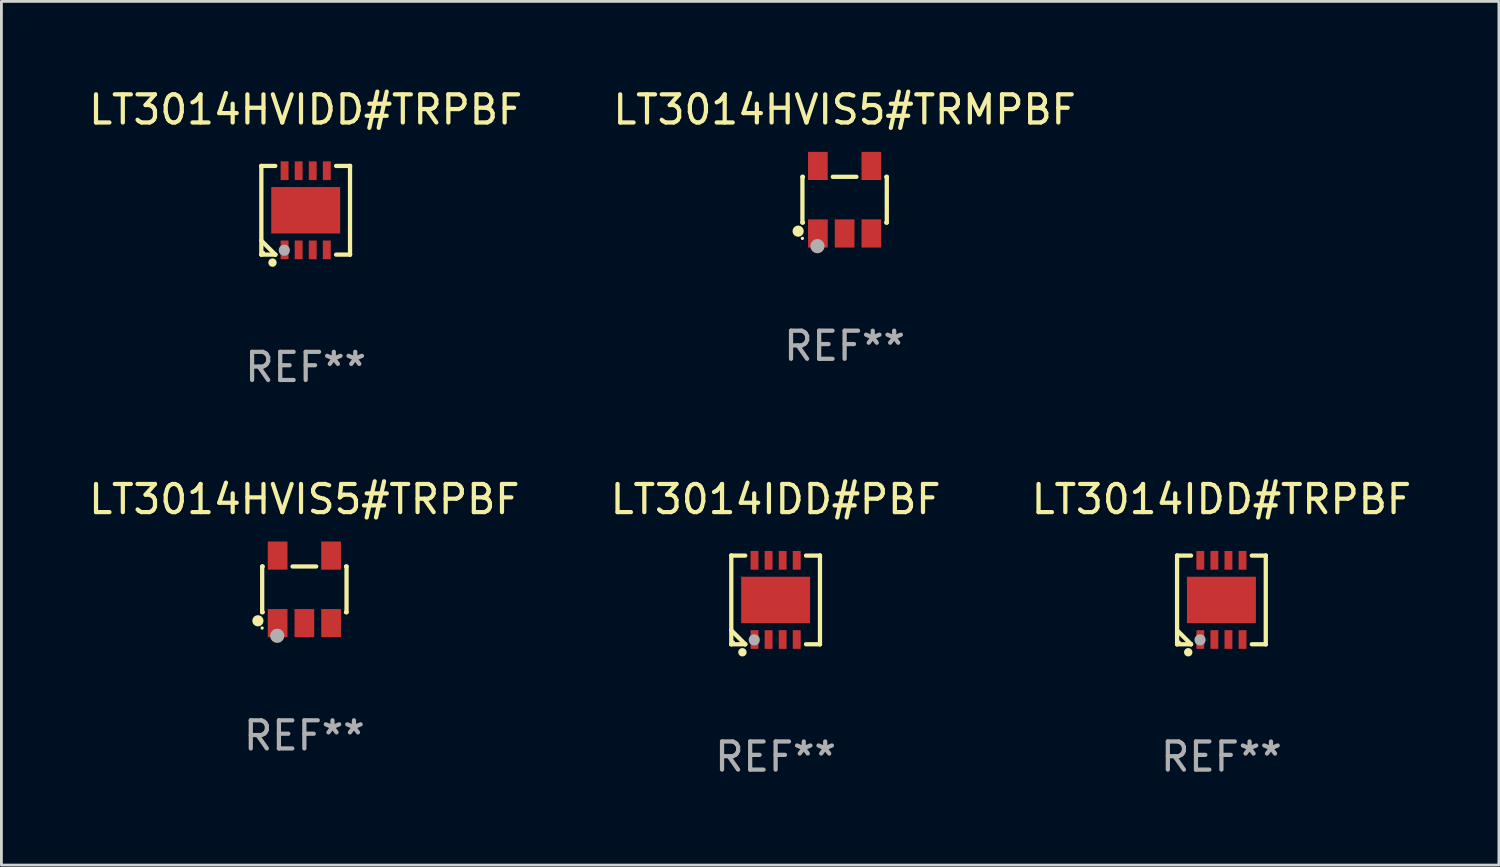
<source format=kicad_pcb>
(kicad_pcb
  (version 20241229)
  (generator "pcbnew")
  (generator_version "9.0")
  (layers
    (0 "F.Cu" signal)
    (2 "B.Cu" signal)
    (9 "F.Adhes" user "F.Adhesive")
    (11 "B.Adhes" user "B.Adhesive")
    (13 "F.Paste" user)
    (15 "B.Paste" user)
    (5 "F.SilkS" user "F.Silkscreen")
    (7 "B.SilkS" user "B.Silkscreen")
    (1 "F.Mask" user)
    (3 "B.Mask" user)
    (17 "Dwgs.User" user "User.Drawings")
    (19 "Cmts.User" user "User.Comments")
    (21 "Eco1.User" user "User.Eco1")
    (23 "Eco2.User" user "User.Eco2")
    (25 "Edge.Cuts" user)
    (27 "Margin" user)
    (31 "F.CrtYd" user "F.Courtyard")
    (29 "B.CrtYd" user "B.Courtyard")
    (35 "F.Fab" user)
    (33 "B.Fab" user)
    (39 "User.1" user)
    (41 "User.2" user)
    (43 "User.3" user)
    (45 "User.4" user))
  (footprint "LT3014HVIS5#TRMPBF"
    (layer "F.Cu")
    (at 26.97 4.048)
    (property "Reference" "LT3014HVIS5#TRMPBF" (at 0 -3.2 0) (layer "F.SilkS") (effects (font (size 1 1) (thickness 0.15))))
    (attr through_hole)
    (fp_line (start -1.499 -0.813) (end -1.48 -0.813) (stroke (width 0.152) (type solid)) (layer "F.SilkS"))
    (fp_line (start -1.499 0.813) (end -1.499 -0.813) (stroke (width 0.152) (type solid)) (layer "F.SilkS"))
    (fp_line (start -1.48 0.813) (end -1.499 0.813) (stroke (width 0.152) (type solid)) (layer "F.SilkS"))
    (fp_line (start -0.42 -0.813) (end 0.42 -0.813) (stroke (width 0.152) (type solid)) (layer "F.SilkS"))
    (fp_line (start 1.48 -0.813) (end 1.499 -0.813) (stroke (width 0.152) (type solid)) (layer "F.SilkS"))
    (fp_line (start 1.499 -0.813) (end 1.499 0.813) (stroke (width 0.152) (type solid)) (layer "F.SilkS"))
    (fp_line (start 1.499 0.813) (end 1.48 0.813) (stroke (width 0.152) (type solid)) (layer "F.SilkS"))
    (fp_circle (center -1.651 1.118) (end -1.551 1.118) (stroke (width 0.2) (type solid)) (fill no) (layer "F.SilkS"))
    (fp_circle (center -1.5 1.375) (end -1.47 1.375) (stroke (width 0.06) (type solid)) (fill no) (layer "F.SilkS"))
    (fp_circle (center -0.965 1.651) (end -0.838 1.651) (stroke (width 0.254) (type solid)) (fill no) (layer "F.Fab"))
    (fp_text user "REF**" (at 0 5.2 0) (layer "F.Fab") (effects (font (size 1 1) (thickness 0.15))))
    (pad "1" smd rect (at -0.95 1.2) (size 0.7 1) (layers "F.Cu" "F.Mask" "F.Paste"))
    (pad "2" smd rect (at 0 1.2) (size 0.7 1) (layers "F.Cu" "F.Mask" "F.Paste"))
    (pad "3" smd rect (at 0.95 1.2) (size 0.7 1) (layers "F.Cu" "F.Mask" "F.Paste"))
    (pad "4" smd rect (at 0.95 -1.2) (size 0.7 1) (layers "F.Cu" "F.Mask" "F.Paste"))
    (pad "5" smd rect (at -0.95 -1.2) (size 0.7 1) (layers "F.Cu" "F.Mask" "F.Paste")))
  (footprint "LT3014IDD#TRPBF"
    (layer "F.Cu")
    (at 40.363 18.273)
    (property "Reference" "LT3014IDD#TRPBF" (at 0 -3.576 0) (layer "F.SilkS") (effects (font (size 1 1) (thickness 0.15))))
    (attr through_hole)
    (fp_line (start -1.576 -1.576) (end -1.576 -1.576) (stroke (width 0.152) (type solid)) (layer "F.SilkS"))
    (fp_line (start -1.576 -1.576) (end -1.08 -1.576) (stroke (width 0.152) (type solid)) (layer "F.SilkS"))
    (fp_line (start -1.576 1.576) (end -1.576 -1.576) (stroke (width 0.152) (type solid)) (layer "F.SilkS"))
    (fp_line (start -1.576 1.576) (end -1.576 1.576) (stroke (width 0.152) (type solid)) (layer "F.SilkS"))
    (fp_line (start -1.08 1.575) (end -1.576 1.079) (stroke (width 0.152) (type solid)) (layer "F.SilkS"))
    (fp_line (start -1.08 1.576) (end -1.576 1.576) (stroke (width 0.152) (type solid)) (layer "F.SilkS"))
    (fp_line (start -1.08 1.576) (end -1.08 1.575) (stroke (width 0.152) (type solid)) (layer "F.SilkS"))
    (fp_line (start 1.08 1.576) (end 1.576 1.576) (stroke (width 0.152) (type solid)) (layer "F.SilkS"))
    (fp_line (start 1.576 -1.576) (end 1.08 -1.576) (stroke (width 0.152) (type solid)) (layer "F.SilkS"))
    (fp_line (start 1.576 -1.576) (end 1.576 -1.576) (stroke (width 0.152) (type solid)) (layer "F.SilkS"))
    (fp_line (start 1.576 1.576) (end 1.576 -1.576) (stroke (width 0.152) (type solid)) (layer "F.SilkS"))
    (fp_line (start 1.576 1.576) (end 1.576 1.576) (stroke (width 0.152) (type solid)) (layer "F.SilkS"))
    (fp_circle (center -1.5 1.5) (end -1.47 1.5) (stroke (width 0.06) (type solid)) (fill no) (layer "F.SilkS"))
    (fp_circle (center -1.18 1.86) (end -1.105 1.86) (stroke (width 0.15) (type solid)) (fill no) (layer "F.SilkS"))
    (fp_circle (center -0.76 1.42) (end -0.66 1.42) (stroke (width 0.2) (type solid)) (fill no) (layer "F.Fab"))
    (fp_text user "REF**" (at 0 5.576 0) (layer "F.Fab") (effects (font (size 1 1) (thickness 0.15))))
    (pad "1" smd rect (at -0.75 1.407) (size 0.28 0.665) (layers "F.Cu" "F.Mask" "F.Paste"))
    (pad "2" smd rect (at -0.25 1.407) (size 0.28 0.665) (layers "F.Cu" "F.Mask" "F.Paste"))
    (pad "3" smd rect (at 0.25 1.407) (size 0.28 0.665) (layers "F.Cu" "F.Mask" "F.Paste"))
    (pad "4" smd rect (at 0.75 1.407) (size 0.28 0.665) (layers "F.Cu" "F.Mask" "F.Paste"))
    (pad "5" smd rect (at 0.75 -1.407) (size 0.28 0.665) (layers "F.Cu" "F.Mask" "F.Paste"))
    (pad "6" smd rect (at 0.25 -1.407) (size 0.28 0.665) (layers "F.Cu" "F.Mask" "F.Paste"))
    (pad "7" smd rect (at -0.25 -1.407) (size 0.28 0.665) (layers "F.Cu" "F.Mask" "F.Paste"))
    (pad "8" smd rect (at -0.75 -1.407) (size 0.28 0.665) (layers "F.Cu" "F.Mask" "F.Paste"))
    (pad "9" smd rect (at 0 0) (size 2.45 1.65) (layers "F.Cu" "F.Mask" "F.Paste")))
  (footprint "LT3014IDD#PBF"
    (layer "F.Cu")
    (at 24.518 18.273)
    (property "Reference" "LT3014IDD#PBF" (at 0 -3.576 0) (layer "F.SilkS") (effects (font (size 1 1) (thickness 0.15))))
    (attr through_hole)
    (fp_line (start -1.576 -1.576) (end -1.576 -1.576) (stroke (width 0.152) (type solid)) (layer "F.SilkS"))
    (fp_line (start -1.576 -1.576) (end -1.08 -1.576) (stroke (width 0.152) (type solid)) (layer "F.SilkS"))
    (fp_line (start -1.576 1.576) (end -1.576 -1.576) (stroke (width 0.152) (type solid)) (layer "F.SilkS"))
    (fp_line (start -1.576 1.576) (end -1.576 1.576) (stroke (width 0.152) (type solid)) (layer "F.SilkS"))
    (fp_line (start -1.08 1.575) (end -1.576 1.079) (stroke (width 0.152) (type solid)) (layer "F.SilkS"))
    (fp_line (start -1.08 1.576) (end -1.576 1.576) (stroke (width 0.152) (type solid)) (layer "F.SilkS"))
    (fp_line (start -1.08 1.576) (end -1.08 1.575) (stroke (width 0.152) (type solid)) (layer "F.SilkS"))
    (fp_line (start 1.08 1.576) (end 1.576 1.576) (stroke (width 0.152) (type solid)) (layer "F.SilkS"))
    (fp_line (start 1.576 -1.576) (end 1.08 -1.576) (stroke (width 0.152) (type solid)) (layer "F.SilkS"))
    (fp_line (start 1.576 -1.576) (end 1.576 -1.576) (stroke (width 0.152) (type solid)) (layer "F.SilkS"))
    (fp_line (start 1.576 1.576) (end 1.576 -1.576) (stroke (width 0.152) (type solid)) (layer "F.SilkS"))
    (fp_line (start 1.576 1.576) (end 1.576 1.576) (stroke (width 0.152) (type solid)) (layer "F.SilkS"))
    (fp_circle (center -1.5 1.5) (end -1.47 1.5) (stroke (width 0.06) (type solid)) (fill no) (layer "F.SilkS"))
    (fp_circle (center -1.18 1.86) (end -1.105 1.86) (stroke (width 0.15) (type solid)) (fill no) (layer "F.SilkS"))
    (fp_circle (center -0.76 1.42) (end -0.66 1.42) (stroke (width 0.2) (type solid)) (fill no) (layer "F.Fab"))
    (fp_text user "REF**" (at 0 5.576 0) (layer "F.Fab") (effects (font (size 1 1) (thickness 0.15))))
    (pad "1" smd rect (at -0.75 1.407) (size 0.28 0.665) (layers "F.Cu" "F.Mask" "F.Paste"))
    (pad "2" smd rect (at -0.25 1.407) (size 0.28 0.665) (layers "F.Cu" "F.Mask" "F.Paste"))
    (pad "3" smd rect (at 0.25 1.407) (size 0.28 0.665) (layers "F.Cu" "F.Mask" "F.Paste"))
    (pad "4" smd rect (at 0.75 1.407) (size 0.28 0.665) (layers "F.Cu" "F.Mask" "F.Paste"))
    (pad "5" smd rect (at 0.75 -1.407) (size 0.28 0.665) (layers "F.Cu" "F.Mask" "F.Paste"))
    (pad "6" smd rect (at 0.25 -1.407) (size 0.28 0.665) (layers "F.Cu" "F.Mask" "F.Paste"))
    (pad "7" smd rect (at -0.25 -1.407) (size 0.28 0.665) (layers "F.Cu" "F.Mask" "F.Paste"))
    (pad "8" smd rect (at -0.75 -1.407) (size 0.28 0.665) (layers "F.Cu" "F.Mask" "F.Paste"))
    (pad "9" smd rect (at 0 0) (size 2.45 1.65) (layers "F.Cu" "F.Mask" "F.Paste")))
  (footprint "LT3014HVIS5#TRPBF"
    (layer "F.Cu")
    (at 7.768 17.897)
    (property "Reference" "LT3014HVIS5#TRPBF" (at 0 -3.2 0) (layer "F.SilkS") (effects (font (size 1 1) (thickness 0.15))))
    (attr through_hole)
    (fp_line (start -1.499 -0.813) (end -1.48 -0.813) (stroke (width 0.152) (type solid)) (layer "F.SilkS"))
    (fp_line (start -1.499 0.813) (end -1.499 -0.813) (stroke (width 0.152) (type solid)) (layer "F.SilkS"))
    (fp_line (start -1.48 0.813) (end -1.499 0.813) (stroke (width 0.152) (type solid)) (layer "F.SilkS"))
    (fp_line (start -0.42 -0.813) (end 0.42 -0.813) (stroke (width 0.152) (type solid)) (layer "F.SilkS"))
    (fp_line (start 1.48 -0.813) (end 1.499 -0.813) (stroke (width 0.152) (type solid)) (layer "F.SilkS"))
    (fp_line (start 1.499 -0.813) (end 1.499 0.813) (stroke (width 0.152) (type solid)) (layer "F.SilkS"))
    (fp_line (start 1.499 0.813) (end 1.48 0.813) (stroke (width 0.152) (type solid)) (layer "F.SilkS"))
    (fp_circle (center -1.651 1.118) (end -1.551 1.118) (stroke (width 0.2) (type solid)) (fill no) (layer "F.SilkS"))
    (fp_circle (center -1.5 1.375) (end -1.47 1.375) (stroke (width 0.06) (type solid)) (fill no) (layer "F.SilkS"))
    (fp_circle (center -0.965 1.651) (end -0.838 1.651) (stroke (width 0.254) (type solid)) (fill no) (layer "F.Fab"))
    (fp_text user "REF**" (at 0 5.2 0) (layer "F.Fab") (effects (font (size 1 1) (thickness 0.15))))
    (pad "1" smd rect (at -0.95 1.2) (size 0.7 1) (layers "F.Cu" "F.Mask" "F.Paste"))
    (pad "2" smd rect (at 0 1.2) (size 0.7 1) (layers "F.Cu" "F.Mask" "F.Paste"))
    (pad "3" smd rect (at 0.95 1.2) (size 0.7 1) (layers "F.Cu" "F.Mask" "F.Paste"))
    (pad "4" smd rect (at 0.95 -1.2) (size 0.7 1) (layers "F.Cu" "F.Mask" "F.Paste"))
    (pad "5" smd rect (at -0.95 -1.2) (size 0.7 1) (layers "F.Cu" "F.Mask" "F.Paste")))
  (footprint "LT3014HVIDD#TRPBF"
    (layer "F.Cu")
    (at 7.815 4.424)
    (property "Reference" "LT3014HVIDD#TRPBF" (at 0 -3.576 0) (layer "F.SilkS") (effects (font (size 1 1) (thickness 0.15))))
    (attr through_hole)
    (fp_line (start -1.576 -1.576) (end -1.576 -1.576) (stroke (width 0.152) (type solid)) (layer "F.SilkS"))
    (fp_line (start -1.576 -1.576) (end -1.08 -1.576) (stroke (width 0.152) (type solid)) (layer "F.SilkS"))
    (fp_line (start -1.576 1.576) (end -1.576 -1.576) (stroke (width 0.152) (type solid)) (layer "F.SilkS"))
    (fp_line (start -1.576 1.576) (end -1.576 1.576) (stroke (width 0.152) (type solid)) (layer "F.SilkS"))
    (fp_line (start -1.08 1.575) (end -1.576 1.079) (stroke (width 0.152) (type solid)) (layer "F.SilkS"))
    (fp_line (start -1.08 1.576) (end -1.576 1.576) (stroke (width 0.152) (type solid)) (layer "F.SilkS"))
    (fp_line (start -1.08 1.576) (end -1.08 1.575) (stroke (width 0.152) (type solid)) (layer "F.SilkS"))
    (fp_line (start 1.08 1.576) (end 1.576 1.576) (stroke (width 0.152) (type solid)) (layer "F.SilkS"))
    (fp_line (start 1.576 -1.576) (end 1.08 -1.576) (stroke (width 0.152) (type solid)) (layer "F.SilkS"))
    (fp_line (start 1.576 -1.576) (end 1.576 -1.576) (stroke (width 0.152) (type solid)) (layer "F.SilkS"))
    (fp_line (start 1.576 1.576) (end 1.576 -1.576) (stroke (width 0.152) (type solid)) (layer "F.SilkS"))
    (fp_line (start 1.576 1.576) (end 1.576 1.576) (stroke (width 0.152) (type solid)) (layer "F.SilkS"))
    (fp_circle (center -1.5 1.5) (end -1.47 1.5) (stroke (width 0.06) (type solid)) (fill no) (layer "F.SilkS"))
    (fp_circle (center -1.18 1.86) (end -1.105 1.86) (stroke (width 0.15) (type solid)) (fill no) (layer "F.SilkS"))
    (fp_circle (center -0.76 1.42) (end -0.66 1.42) (stroke (width 0.2) (type solid)) (fill no) (layer "F.Fab"))
    (fp_text user "REF**" (at 0 5.576 0) (layer "F.Fab") (effects (font (size 1 1) (thickness 0.15))))
    (pad "1" smd rect (at -0.75 1.407) (size 0.28 0.665) (layers "F.Cu" "F.Mask" "F.Paste"))
    (pad "2" smd rect (at -0.25 1.407) (size 0.28 0.665) (layers "F.Cu" "F.Mask" "F.Paste"))
    (pad "3" smd rect (at 0.25 1.407) (size 0.28 0.665) (layers "F.Cu" "F.Mask" "F.Paste"))
    (pad "4" smd rect (at 0.75 1.407) (size 0.28 0.665) (layers "F.Cu" "F.Mask" "F.Paste"))
    (pad "5" smd rect (at 0.75 -1.407) (size 0.28 0.665) (layers "F.Cu" "F.Mask" "F.Paste"))
    (pad "6" smd rect (at 0.25 -1.407) (size 0.28 0.665) (layers "F.Cu" "F.Mask" "F.Paste"))
    (pad "7" smd rect (at -0.25 -1.407) (size 0.28 0.665) (layers "F.Cu" "F.Mask" "F.Paste"))
    (pad "8" smd rect (at -0.75 -1.407) (size 0.28 0.665) (layers "F.Cu" "F.Mask" "F.Paste"))
    (pad "9" smd rect (at 0 0) (size 2.45 1.65) (layers "F.Cu" "F.Mask" "F.Paste")))
  (gr_rect
    (start -3 -3)
    (end 50.226 27.698)
    (stroke (width 0.1) (type default))
    (fill no)
    (layer "Edge.Cuts")))
</source>
